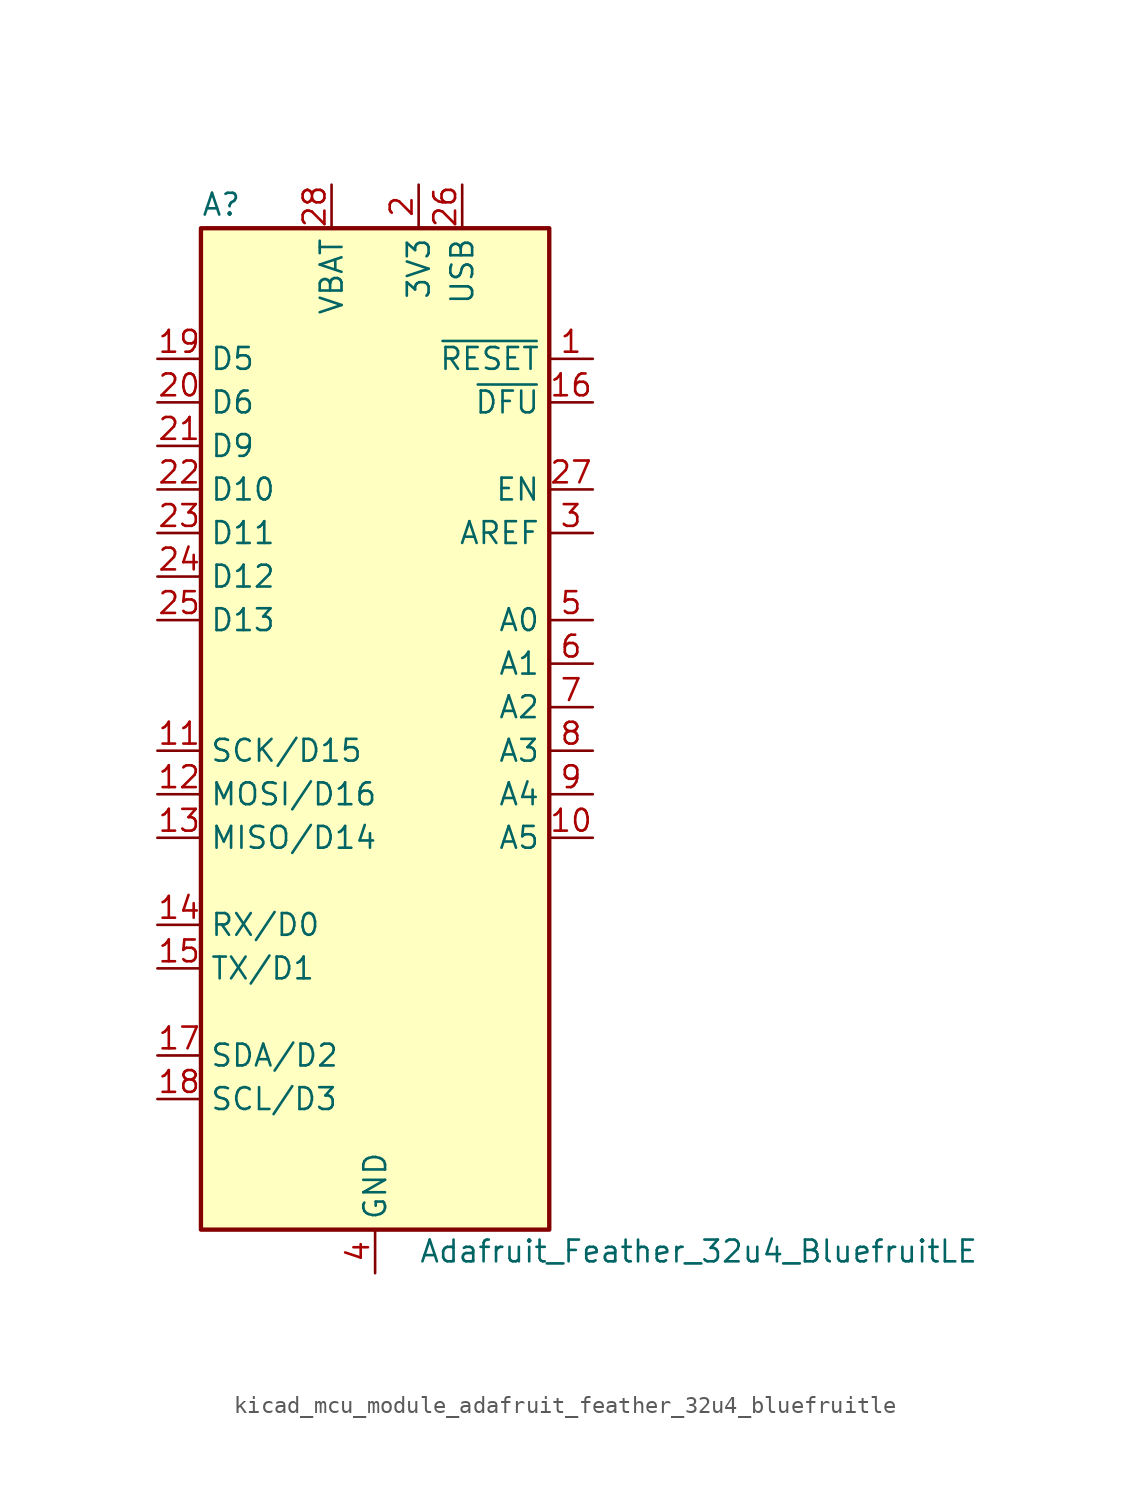
<source format=kicad_sym>
(kicad_symbol_lib
  (version 20220914)
  (generator kicad_symbol_editor)
  (symbol "kicad_mcu_module_adafruit_feather_32u4_bluefruitle"
    (property "Reference" "A"
      (at -10.16 28.575 0)
      (effects (font (size 1.27 1.27)) (justify left bottom)))
    (property "Value" "Adafruit_Feather_32u4_BluefruitLE"
      (at 2.54 -31.75 0)
      (effects (font (size 1.27 1.27)) (justify left)))
    (symbol "kicad_mcu_module_adafruit_feather_32u4_bluefruitle_0_1"
      (rectangle (start -10.16 27.94) (end 10.16 -30.48) (stroke (width 0.254) (type default)) (fill (type background))))
    (symbol "kicad_mcu_module_adafruit_feather_32u4_bluefruitle_1_1"
      (pin input line (at 12.7 20.32 180) (length 2.54) (name "~{RESET}" (effects (font (size 1.27 1.27)))) (number "1" (effects (font (size 1.27 1.27)))))
      (pin bidirectional line (at 12.7 -7.62 180) (length 2.54) (name "A5" (effects (font (size 1.27 1.27)))) (number "10" (effects (font (size 1.27 1.27)))))
      (pin bidirectional line (at -12.7 -2.54 0) (length 2.54) (name "SCK/D15" (effects (font (size 1.27 1.27)))) (number "11" (effects (font (size 1.27 1.27)))))
      (pin bidirectional line (at -12.7 -5.08 0) (length 2.54) (name "MOSI/D16" (effects (font (size 1.27 1.27)))) (number "12" (effects (font (size 1.27 1.27)))))
      (pin bidirectional line (at -12.7 -7.62 0) (length 2.54) (name "MISO/D14" (effects (font (size 1.27 1.27)))) (number "13" (effects (font (size 1.27 1.27)))))
      (pin bidirectional line (at -12.7 -12.7 0) (length 2.54) (name "RX/D0" (effects (font (size 1.27 1.27)))) (number "14" (effects (font (size 1.27 1.27)))))
      (pin bidirectional line (at -12.7 -15.24 0) (length 2.54) (name "TX/D1" (effects (font (size 1.27 1.27)))) (number "15" (effects (font (size 1.27 1.27)))))
      (pin input line (at 12.7 17.78 180) (length 2.54) (name "~{DFU}" (effects (font (size 1.27 1.27)))) (number "16" (effects (font (size 1.27 1.27)))))
      (pin bidirectional line (at -12.7 -20.32 0) (length 2.54) (name "SDA/D2" (effects (font (size 1.27 1.27)))) (number "17" (effects (font (size 1.27 1.27)))))
      (pin bidirectional line (at -12.7 -22.86 0) (length 2.54) (name "SCL/D3" (effects (font (size 1.27 1.27)))) (number "18" (effects (font (size 1.27 1.27)))))
      (pin bidirectional line (at -12.7 20.32 0) (length 2.54) (name "D5" (effects (font (size 1.27 1.27)))) (number "19" (effects (font (size 1.27 1.27)))))
      (pin power_in line (at 2.54 30.48 270) (length 2.54) (name "3V3" (effects (font (size 1.27 1.27)))) (number "2" (effects (font (size 1.27 1.27)))))
      (pin bidirectional line (at -12.7 17.78 0) (length 2.54) (name "D6" (effects (font (size 1.27 1.27)))) (number "20" (effects (font (size 1.27 1.27)))))
      (pin bidirectional line (at -12.7 15.24 0) (length 2.54) (name "D9" (effects (font (size 1.27 1.27)))) (number "21" (effects (font (size 1.27 1.27)))))
      (pin bidirectional line (at -12.7 12.7 0) (length 2.54) (name "D10" (effects (font (size 1.27 1.27)))) (number "22" (effects (font (size 1.27 1.27)))))
      (pin bidirectional line (at -12.7 10.16 0) (length 2.54) (name "D11" (effects (font (size 1.27 1.27)))) (number "23" (effects (font (size 1.27 1.27)))))
      (pin bidirectional line (at -12.7 7.62 0) (length 2.54) (name "D12" (effects (font (size 1.27 1.27)))) (number "24" (effects (font (size 1.27 1.27)))))
      (pin bidirectional line (at -12.7 5.08 0) (length 2.54) (name "D13" (effects (font (size 1.27 1.27)))) (number "25" (effects (font (size 1.27 1.27)))))
      (pin power_in line (at 5.08 30.48 270) (length 2.54) (name "USB" (effects (font (size 1.27 1.27)))) (number "26" (effects (font (size 1.27 1.27)))))
      (pin input line (at 12.7 12.7 180) (length 2.54) (name "EN" (effects (font (size 1.27 1.27)))) (number "27" (effects (font (size 1.27 1.27)))))
      (pin power_in line (at -2.54 30.48 270) (length 2.54) (name "VBAT" (effects (font (size 1.27 1.27)))) (number "28" (effects (font (size 1.27 1.27)))))
      (pin input line (at 12.7 10.16 180) (length 2.54) (name "AREF" (effects (font (size 1.27 1.27)))) (number "3" (effects (font (size 1.27 1.27)))))
      (pin power_in line (at 0 -33.02 90) (length 2.54) (name "GND" (effects (font (size 1.27 1.27)))) (number "4" (effects (font (size 1.27 1.27)))))
      (pin bidirectional line (at 12.7 5.08 180) (length 2.54) (name "A0" (effects (font (size 1.27 1.27)))) (number "5" (effects (font (size 1.27 1.27)))))
      (pin bidirectional line (at 12.7 2.54 180) (length 2.54) (name "A1" (effects (font (size 1.27 1.27)))) (number "6" (effects (font (size 1.27 1.27)))))
      (pin bidirectional line (at 12.7 0 180) (length 2.54) (name "A2" (effects (font (size 1.27 1.27)))) (number "7" (effects (font (size 1.27 1.27)))))
      (pin bidirectional line (at 12.7 -2.54 180) (length 2.54) (name "A3" (effects (font (size 1.27 1.27)))) (number "8" (effects (font (size 1.27 1.27)))))
      (pin bidirectional line (at 12.7 -5.08 180) (length 2.54) (name "A4" (effects (font (size 1.27 1.27)))) (number "9" (effects (font (size 1.27 1.27))))))))
</source>
